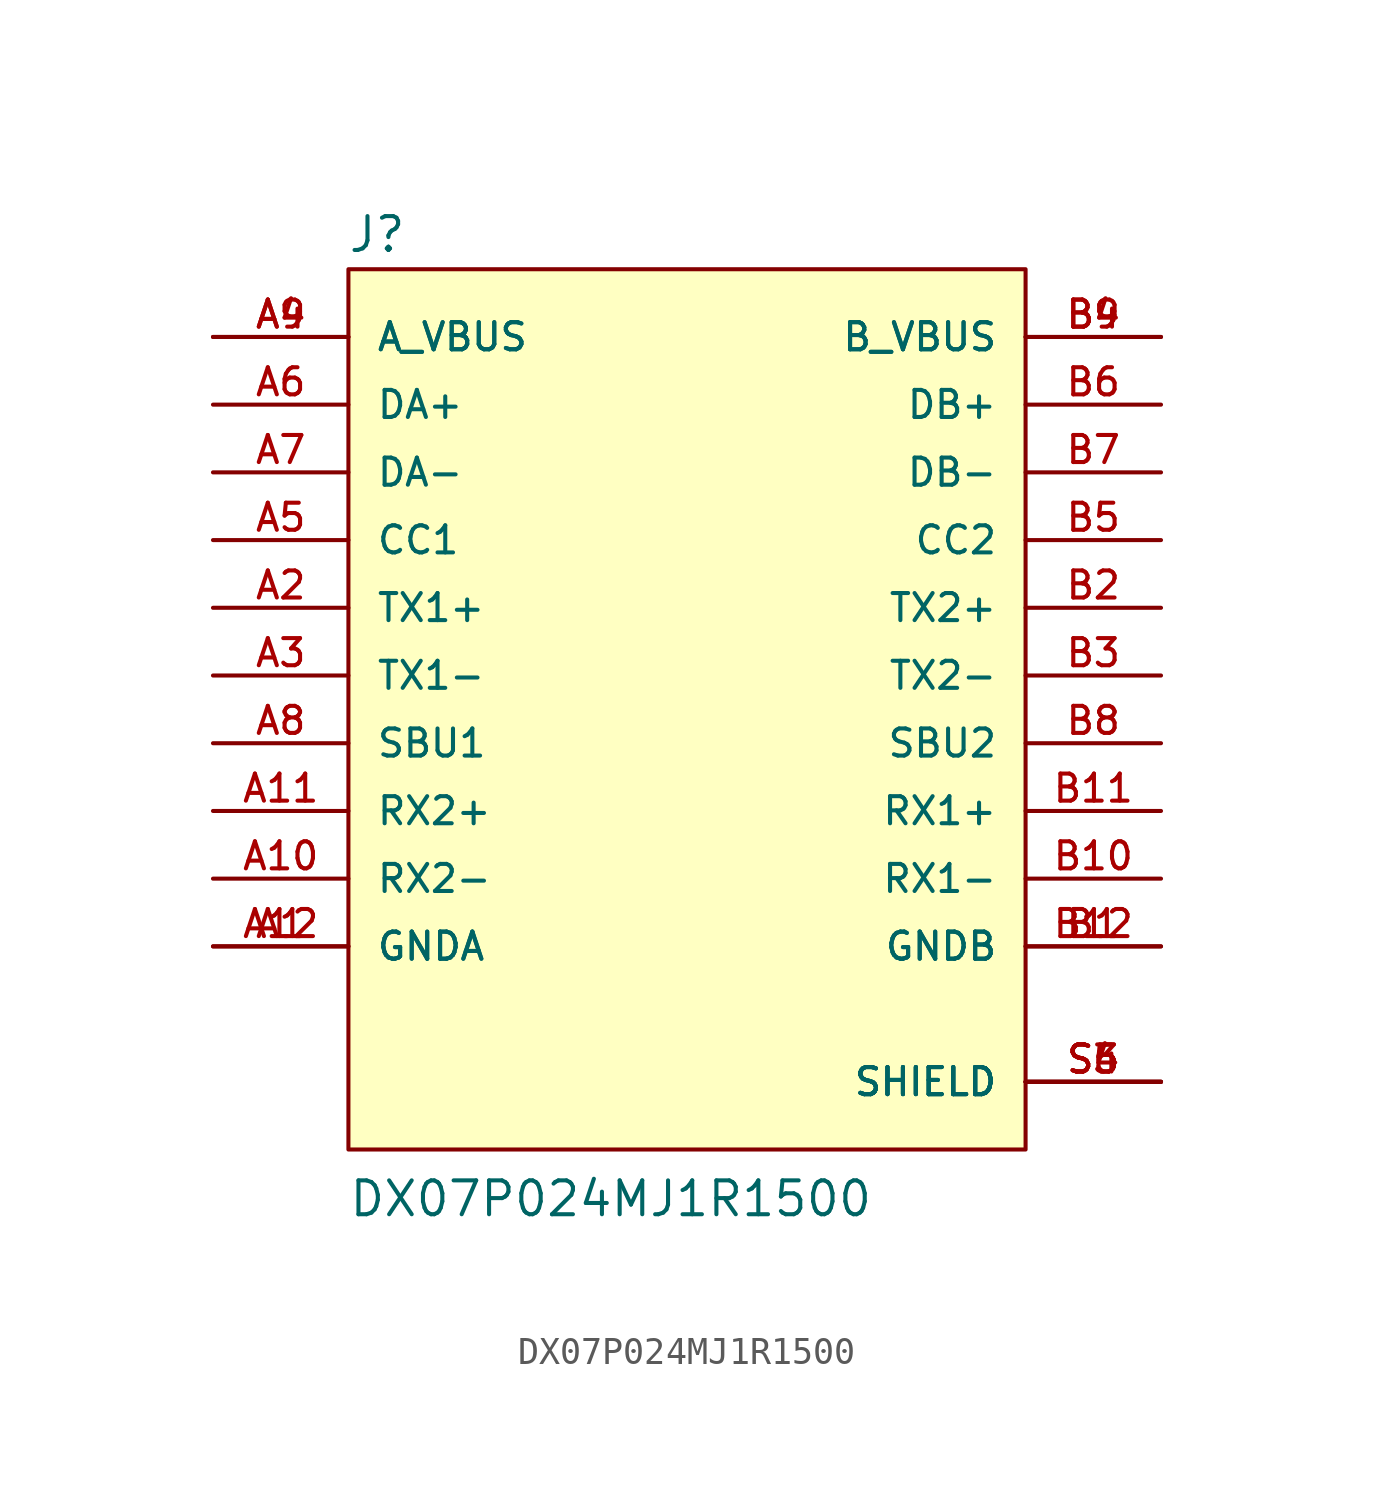
<source format=kicad_sym>
(kicad_symbol_lib
  (version 20210619)
  (generator kicad_symbol_editor)
  (symbol "DX07P024MJ1R1500"
    (pin_names
      (offset 1.016))
    (property "Reference" "J"
      (at -12.751 18.339 0)
      (effects (font (size 1.27 1.27)) (justify left bottom)))
    (property "Value" "DX07P024MJ1R1500"
      (at -12.725 -17.831 0)
      (effects (font (size 1.27 1.27)) (justify left bottom)))
    (property "ki_locked" ""
      (at 0 0 0)
      (effects (font (size 1.27 1.27))))
    (symbol "DX07P024MJ1R1500_0_0"
      (rectangle (start -12.7 -15.24) (end 12.7 17.78) (stroke (width 0.152)) (fill (type background)))
      (pin power_in line (at -17.78 -7.62 0) (length 5.08) (name "GNDA" (effects (font (size 1.016 1.016)))) (number "A1" (effects (font (size 1.016 1.016)))))
      (pin passive line (at -17.78 -5.08 0) (length 5.08) (name "RX2-" (effects (font (size 1.016 1.016)))) (number "A10" (effects (font (size 1.016 1.016)))))
      (pin passive line (at -17.78 -2.54 0) (length 5.08) (name "RX2+" (effects (font (size 1.016 1.016)))) (number "A11" (effects (font (size 1.016 1.016)))))
      (pin power_in line (at -17.78 -7.62 0) (length 5.08) (name "GNDA" (effects (font (size 1.016 1.016)))) (number "A12" (effects (font (size 1.016 1.016)))))
      (pin passive line (at -17.78 5.08 0) (length 5.08) (name "TX1+" (effects (font (size 1.016 1.016)))) (number "A2" (effects (font (size 1.016 1.016)))))
      (pin passive line (at -17.78 2.54 0) (length 5.08) (name "TX1-" (effects (font (size 1.016 1.016)))) (number "A3" (effects (font (size 1.016 1.016)))))
      (pin power_in line (at -17.78 15.24 0) (length 5.08) (name "A_VBUS" (effects (font (size 1.016 1.016)))) (number "A4" (effects (font (size 1.016 1.016)))))
      (pin passive line (at -17.78 7.62 0) (length 5.08) (name "CC1" (effects (font (size 1.016 1.016)))) (number "A5" (effects (font (size 1.016 1.016)))))
      (pin passive line (at -17.78 12.7 0) (length 5.08) (name "DA+" (effects (font (size 1.016 1.016)))) (number "A6" (effects (font (size 1.016 1.016)))))
      (pin passive line (at -17.78 10.16 0) (length 5.08) (name "DA-" (effects (font (size 1.016 1.016)))) (number "A7" (effects (font (size 1.016 1.016)))))
      (pin passive line (at -17.78 0 0) (length 5.08) (name "SBU1" (effects (font (size 1.016 1.016)))) (number "A8" (effects (font (size 1.016 1.016)))))
      (pin power_in line (at -17.78 15.24 0) (length 5.08) (name "A_VBUS" (effects (font (size 1.016 1.016)))) (number "A9" (effects (font (size 1.016 1.016)))))
      (pin power_in line (at 17.78 -7.62 180) (length 5.08) (name "GNDB" (effects (font (size 1.016 1.016)))) (number "B1" (effects (font (size 1.016 1.016)))))
      (pin passive line (at 17.78 -5.08 180) (length 5.08) (name "RX1-" (effects (font (size 1.016 1.016)))) (number "B10" (effects (font (size 1.016 1.016)))))
      (pin passive line (at 17.78 -2.54 180) (length 5.08) (name "RX1+" (effects (font (size 1.016 1.016)))) (number "B11" (effects (font (size 1.016 1.016)))))
      (pin power_in line (at 17.78 -7.62 180) (length 5.08) (name "GNDB" (effects (font (size 1.016 1.016)))) (number "B12" (effects (font (size 1.016 1.016)))))
      (pin passive line (at 17.78 5.08 180) (length 5.08) (name "TX2+" (effects (font (size 1.016 1.016)))) (number "B2" (effects (font (size 1.016 1.016)))))
      (pin passive line (at 17.78 2.54 180) (length 5.08) (name "TX2-" (effects (font (size 1.016 1.016)))) (number "B3" (effects (font (size 1.016 1.016)))))
      (pin power_in line (at 17.78 15.24 180) (length 5.08) (name "B_VBUS" (effects (font (size 1.016 1.016)))) (number "B4" (effects (font (size 1.016 1.016)))))
      (pin passive line (at 17.78 7.62 180) (length 5.08) (name "CC2" (effects (font (size 1.016 1.016)))) (number "B5" (effects (font (size 1.016 1.016)))))
      (pin passive line (at 17.78 12.7 180) (length 5.08) (name "DB+" (effects (font (size 1.016 1.016)))) (number "B6" (effects (font (size 1.016 1.016)))))
      (pin passive line (at 17.78 10.16 180) (length 5.08) (name "DB-" (effects (font (size 1.016 1.016)))) (number "B7" (effects (font (size 1.016 1.016)))))
      (pin passive line (at 17.78 0 180) (length 5.08) (name "SBU2" (effects (font (size 1.016 1.016)))) (number "B8" (effects (font (size 1.016 1.016)))))
      (pin power_in line (at 17.78 15.24 180) (length 5.08) (name "B_VBUS" (effects (font (size 1.016 1.016)))) (number "B9" (effects (font (size 1.016 1.016)))))
      (pin power_in line (at 17.78 -12.7 180) (length 5.08) (name "SHIELD" (effects (font (size 1.016 1.016)))) (number "S3" (effects (font (size 1.016 1.016)))))
      (pin power_in line (at 17.78 -12.7 180) (length 5.08) (name "SHIELD" (effects (font (size 1.016 1.016)))) (number "S4" (effects (font (size 1.016 1.016)))))
      (pin power_in line (at 17.78 -12.7 180) (length 5.08) (name "SHIELD" (effects (font (size 1.016 1.016)))) (number "S5" (effects (font (size 1.016 1.016)))))
      (pin power_in line (at 17.78 -12.7 180) (length 5.08) (name "SHIELD" (effects (font (size 1.016 1.016)))) (number "S6" (effects (font (size 1.016 1.016))))))))
</source>
